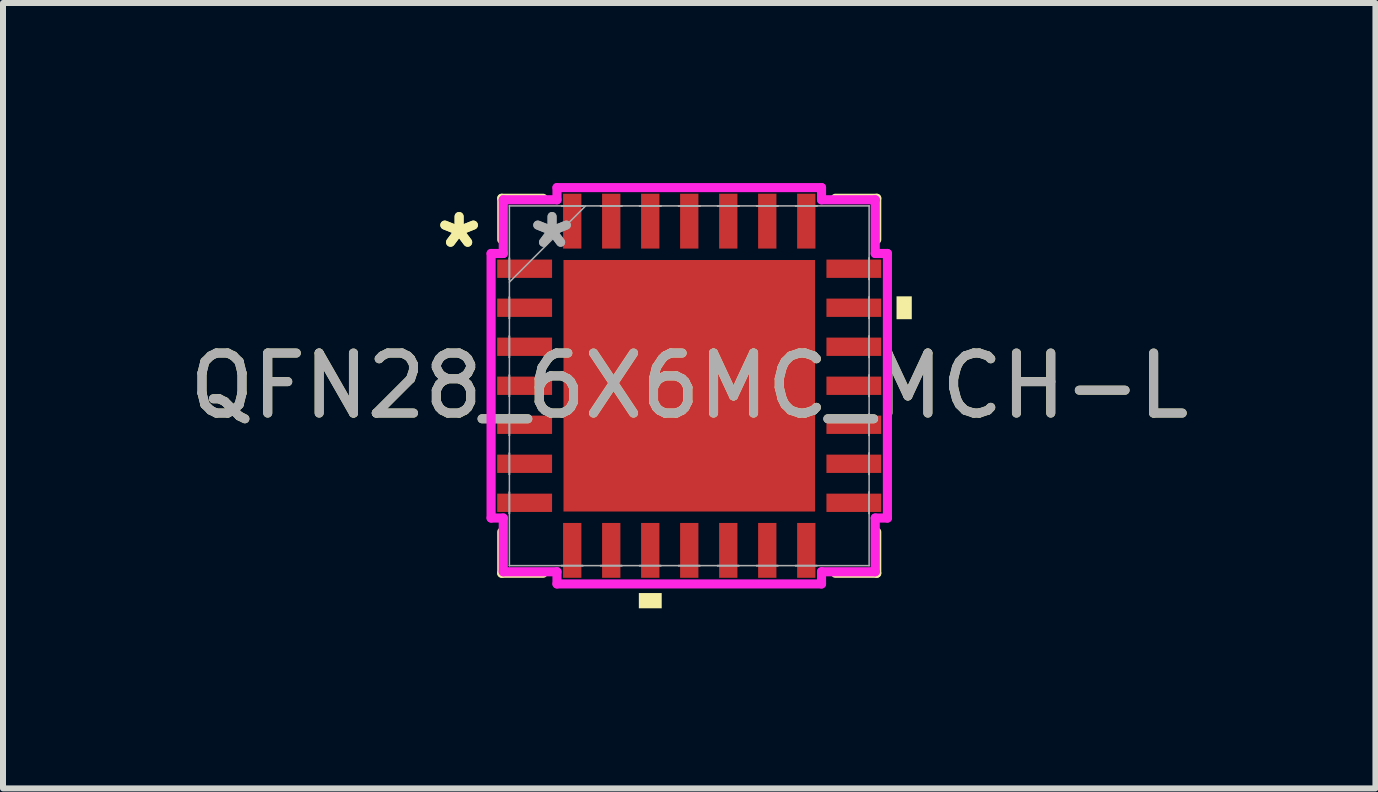
<source format=kicad_pcb>
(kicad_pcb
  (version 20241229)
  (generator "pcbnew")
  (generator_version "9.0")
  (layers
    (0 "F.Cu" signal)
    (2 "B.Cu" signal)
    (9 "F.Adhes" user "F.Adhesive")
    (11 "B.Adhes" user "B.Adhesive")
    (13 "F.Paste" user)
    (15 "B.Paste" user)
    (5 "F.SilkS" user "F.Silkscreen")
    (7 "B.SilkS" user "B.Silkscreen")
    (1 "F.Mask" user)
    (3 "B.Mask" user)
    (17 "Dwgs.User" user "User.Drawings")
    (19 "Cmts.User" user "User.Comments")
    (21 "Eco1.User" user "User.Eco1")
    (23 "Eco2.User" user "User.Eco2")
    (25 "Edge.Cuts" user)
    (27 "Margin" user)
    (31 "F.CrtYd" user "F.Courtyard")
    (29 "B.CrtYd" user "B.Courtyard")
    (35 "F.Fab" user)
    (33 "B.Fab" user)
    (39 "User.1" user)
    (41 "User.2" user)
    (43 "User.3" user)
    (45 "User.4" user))
  (footprint "QFN28_6X6MC_MCH-L"
    (layer "F.Cu")
    (at 8.435 3.378)
    (property "Reference" "QFN28_6X6MC_MCH-L" (at 0 0 0) (unlocked yes) (layer "F.SilkS") (effects (font (size 1 1) (thickness 0.15))))
    (attr smd)
    (fp_line (start -3.124 -3.124) (end -3.124 -2.435) (stroke (width 0.152) (type solid)) (layer "F.SilkS"))
    (fp_line (start -3.124 2.435) (end -3.124 3.124) (stroke (width 0.152) (type solid)) (layer "F.SilkS"))
    (fp_line (start -3.124 3.124) (end -2.435 3.124) (stroke (width 0.152) (type solid)) (layer "F.SilkS"))
    (fp_line (start -2.435 -3.124) (end -3.124 -3.124) (stroke (width 0.152) (type solid)) (layer "F.SilkS"))
    (fp_line (start 2.435 3.124) (end 3.124 3.124) (stroke (width 0.152) (type solid)) (layer "F.SilkS"))
    (fp_line (start 3.124 -3.124) (end 2.435 -3.124) (stroke (width 0.152) (type solid)) (layer "F.SilkS"))
    (fp_line (start 3.124 -2.435) (end 3.124 -3.124) (stroke (width 0.152) (type solid)) (layer "F.SilkS"))
    (fp_line (start 3.124 3.124) (end 3.124 2.435) (stroke (width 0.152) (type solid)) (layer "F.SilkS"))
    (fp_poly (pts (xy -0.84 3.454) (xy -0.84 3.708) (xy -0.459 3.708) (xy -0.459 3.454)) (stroke (width 0) (type solid)) (fill yes) (layer "F.SilkS"))
    (fp_poly (pts (xy 3.708 -1.49) (xy 3.708 -1.109) (xy 3.454 -1.109) (xy 3.454 -1.49)) (stroke (width 0) (type solid)) (fill yes) (layer "F.SilkS"))
    (fp_poly (pts (xy -1.996 -1.996) (xy -1.996 -0.798) (xy -0.798 -0.798) (xy -0.798 -1.996)) (stroke (width 0) (type solid)) (fill yes) (layer "F.Paste"))
    (fp_poly (pts (xy -1.996 -0.599) (xy -1.996 0.599) (xy -0.798 0.599) (xy -0.798 -0.599)) (stroke (width 0) (type solid)) (fill yes) (layer "F.Paste"))
    (fp_poly (pts (xy -1.996 0.798) (xy -1.996 1.996) (xy -0.798 1.996) (xy -0.798 0.798)) (stroke (width 0) (type solid)) (fill yes) (layer "F.Paste"))
    (fp_poly (pts (xy -0.599 -1.996) (xy -0.599 -0.798) (xy 0.599 -0.798) (xy 0.599 -1.996)) (stroke (width 0) (type solid)) (fill yes) (layer "F.Paste"))
    (fp_poly (pts (xy -0.599 -0.599) (xy -0.599 0.599) (xy 0.599 0.599) (xy 0.599 -0.599)) (stroke (width 0) (type solid)) (fill yes) (layer "F.Paste"))
    (fp_poly (pts (xy -0.599 0.798) (xy -0.599 1.996) (xy 0.599 1.996) (xy 0.599 0.798)) (stroke (width 0) (type solid)) (fill yes) (layer "F.Paste"))
    (fp_poly (pts (xy 0.798 -1.996) (xy 0.798 -0.798) (xy 1.996 -0.798) (xy 1.996 -1.996)) (stroke (width 0) (type solid)) (fill yes) (layer "F.Paste"))
    (fp_poly (pts (xy 0.798 -0.599) (xy 0.798 0.599) (xy 1.996 0.599) (xy 1.996 -0.599)) (stroke (width 0) (type solid)) (fill yes) (layer "F.Paste"))
    (fp_poly (pts (xy 0.798 0.798) (xy 0.798 1.996) (xy 1.996 1.996) (xy 1.996 0.798)) (stroke (width 0) (type solid)) (fill yes) (layer "F.Paste"))
    (fp_line (start -3.302 -2.204) (end -3.099 -2.204) (stroke (width 0.152) (type solid)) (layer "F.CrtYd"))
    (fp_line (start -3.302 2.204) (end -3.302 -2.204) (stroke (width 0.152) (type solid)) (layer "F.CrtYd"))
    (fp_line (start -3.099 -3.099) (end -2.204 -3.099) (stroke (width 0.152) (type solid)) (layer "F.CrtYd"))
    (fp_line (start -3.099 -2.204) (end -3.099 -3.099) (stroke (width 0.152) (type solid)) (layer "F.CrtYd"))
    (fp_line (start -3.099 2.204) (end -3.302 2.204) (stroke (width 0.152) (type solid)) (layer "F.CrtYd"))
    (fp_line (start -3.099 3.099) (end -3.099 2.204) (stroke (width 0.152) (type solid)) (layer "F.CrtYd"))
    (fp_line (start -2.204 -3.302) (end 2.204 -3.302) (stroke (width 0.152) (type solid)) (layer "F.CrtYd"))
    (fp_line (start -2.204 -3.099) (end -2.204 -3.302) (stroke (width 0.152) (type solid)) (layer "F.CrtYd"))
    (fp_line (start -2.204 3.099) (end -3.099 3.099) (stroke (width 0.152) (type solid)) (layer "F.CrtYd"))
    (fp_line (start -2.204 3.302) (end -2.204 3.099) (stroke (width 0.152) (type solid)) (layer "F.CrtYd"))
    (fp_line (start 2.204 -3.302) (end 2.204 -3.099) (stroke (width 0.152) (type solid)) (layer "F.CrtYd"))
    (fp_line (start 2.204 -3.099) (end 3.099 -3.099) (stroke (width 0.152) (type solid)) (layer "F.CrtYd"))
    (fp_line (start 2.204 3.099) (end 2.204 3.302) (stroke (width 0.152) (type solid)) (layer "F.CrtYd"))
    (fp_line (start 2.204 3.302) (end -2.204 3.302) (stroke (width 0.152) (type solid)) (layer "F.CrtYd"))
    (fp_line (start 3.099 -3.099) (end 3.099 -2.204) (stroke (width 0.152) (type solid)) (layer "F.CrtYd"))
    (fp_line (start 3.099 -2.204) (end 3.302 -2.204) (stroke (width 0.152) (type solid)) (layer "F.CrtYd"))
    (fp_line (start 3.099 2.204) (end 3.099 3.099) (stroke (width 0.152) (type solid)) (layer "F.CrtYd"))
    (fp_line (start 3.099 3.099) (end 2.204 3.099) (stroke (width 0.152) (type solid)) (layer "F.CrtYd"))
    (fp_line (start 3.302 -2.204) (end 3.302 2.204) (stroke (width 0.152) (type solid)) (layer "F.CrtYd"))
    (fp_line (start 3.302 2.204) (end 3.099 2.204) (stroke (width 0.152) (type solid)) (layer "F.CrtYd"))
    (fp_line (start -2.997 -2.997) (end -2.997 -2.997) (stroke (width 0.025) (type solid)) (layer "F.Fab"))
    (fp_line (start -2.997 -2.997) (end -2.997 2.997) (stroke (width 0.025) (type solid)) (layer "F.Fab"))
    (fp_line (start -2.997 -2.128) (end -2.997 -2.128) (stroke (width 0.025) (type solid)) (layer "F.Fab"))
    (fp_line (start -2.997 -2.128) (end -2.997 -1.772) (stroke (width 0.025) (type solid)) (layer "F.Fab"))
    (fp_line (start -2.997 -1.772) (end -2.997 -2.128) (stroke (width 0.025) (type solid)) (layer "F.Fab"))
    (fp_line (start -2.997 -1.772) (end -2.997 -1.772) (stroke (width 0.025) (type solid)) (layer "F.Fab"))
    (fp_line (start -2.997 -1.727) (end -1.727 -2.997) (stroke (width 0.025) (type solid)) (layer "F.Fab"))
    (fp_line (start -2.997 -1.478) (end -2.997 -1.478) (stroke (width 0.025) (type solid)) (layer "F.Fab"))
    (fp_line (start -2.997 -1.478) (end -2.997 -1.122) (stroke (width 0.025) (type solid)) (layer "F.Fab"))
    (fp_line (start -2.997 -1.122) (end -2.997 -1.478) (stroke (width 0.025) (type solid)) (layer "F.Fab"))
    (fp_line (start -2.997 -1.122) (end -2.997 -1.122) (stroke (width 0.025) (type solid)) (layer "F.Fab"))
    (fp_line (start -2.997 -0.828) (end -2.997 -0.828) (stroke (width 0.025) (type solid)) (layer "F.Fab"))
    (fp_line (start -2.997 -0.828) (end -2.997 -0.472) (stroke (width 0.025) (type solid)) (layer "F.Fab"))
    (fp_line (start -2.997 -0.472) (end -2.997 -0.828) (stroke (width 0.025) (type solid)) (layer "F.Fab"))
    (fp_line (start -2.997 -0.472) (end -2.997 -0.472) (stroke (width 0.025) (type solid)) (layer "F.Fab"))
    (fp_line (start -2.997 -0.178) (end -2.997 -0.178) (stroke (width 0.025) (type solid)) (layer "F.Fab"))
    (fp_line (start -2.997 -0.178) (end -2.997 0.178) (stroke (width 0.025) (type solid)) (layer "F.Fab"))
    (fp_line (start -2.997 0.178) (end -2.997 -0.178) (stroke (width 0.025) (type solid)) (layer "F.Fab"))
    (fp_line (start -2.997 0.178) (end -2.997 0.178) (stroke (width 0.025) (type solid)) (layer "F.Fab"))
    (fp_line (start -2.997 0.472) (end -2.997 0.472) (stroke (width 0.025) (type solid)) (layer "F.Fab"))
    (fp_line (start -2.997 0.472) (end -2.997 0.828) (stroke (width 0.025) (type solid)) (layer "F.Fab"))
    (fp_line (start -2.997 0.828) (end -2.997 0.472) (stroke (width 0.025) (type solid)) (layer "F.Fab"))
    (fp_line (start -2.997 0.828) (end -2.997 0.828) (stroke (width 0.025) (type solid)) (layer "F.Fab"))
    (fp_line (start -2.997 1.122) (end -2.997 1.122) (stroke (width 0.025) (type solid)) (layer "F.Fab"))
    (fp_line (start -2.997 1.122) (end -2.997 1.478) (stroke (width 0.025) (type solid)) (layer "F.Fab"))
    (fp_line (start -2.997 1.478) (end -2.997 1.122) (stroke (width 0.025) (type solid)) (layer "F.Fab"))
    (fp_line (start -2.997 1.478) (end -2.997 1.478) (stroke (width 0.025) (type solid)) (layer "F.Fab"))
    (fp_line (start -2.997 1.772) (end -2.997 1.772) (stroke (width 0.025) (type solid)) (layer "F.Fab"))
    (fp_line (start -2.997 1.772) (end -2.997 2.128) (stroke (width 0.025) (type solid)) (layer "F.Fab"))
    (fp_line (start -2.997 2.128) (end -2.997 1.772) (stroke (width 0.025) (type solid)) (layer "F.Fab"))
    (fp_line (start -2.997 2.128) (end -2.997 2.128) (stroke (width 0.025) (type solid)) (layer "F.Fab"))
    (fp_line (start -2.997 2.997) (end -2.997 2.997) (stroke (width 0.025) (type solid)) (layer "F.Fab"))
    (fp_line (start -2.997 2.997) (end 2.997 2.997) (stroke (width 0.025) (type solid)) (layer "F.Fab"))
    (fp_line (start -2.128 -2.997) (end -2.128 -2.997) (stroke (width 0.025) (type solid)) (layer "F.Fab"))
    (fp_line (start -2.128 -2.997) (end -1.772 -2.997) (stroke (width 0.025) (type solid)) (layer "F.Fab"))
    (fp_line (start -2.128 2.997) (end -2.128 2.997) (stroke (width 0.025) (type solid)) (layer "F.Fab"))
    (fp_line (start -2.128 2.997) (end -1.772 2.997) (stroke (width 0.025) (type solid)) (layer "F.Fab"))
    (fp_line (start -1.772 -2.997) (end -2.128 -2.997) (stroke (width 0.025) (type solid)) (layer "F.Fab"))
    (fp_line (start -1.772 -2.997) (end -1.772 -2.997) (stroke (width 0.025) (type solid)) (layer "F.Fab"))
    (fp_line (start -1.772 2.997) (end -2.128 2.997) (stroke (width 0.025) (type solid)) (layer "F.Fab"))
    (fp_line (start -1.772 2.997) (end -1.772 2.997) (stroke (width 0.025) (type solid)) (layer "F.Fab"))
    (fp_line (start -1.478 -2.997) (end -1.478 -2.997) (stroke (width 0.025) (type solid)) (layer "F.Fab"))
    (fp_line (start -1.478 -2.997) (end -1.122 -2.997) (stroke (width 0.025) (type solid)) (layer "F.Fab"))
    (fp_line (start -1.478 2.997) (end -1.478 2.997) (stroke (width 0.025) (type solid)) (layer "F.Fab"))
    (fp_line (start -1.478 2.997) (end -1.122 2.997) (stroke (width 0.025) (type solid)) (layer "F.Fab"))
    (fp_line (start -1.122 -2.997) (end -1.478 -2.997) (stroke (width 0.025) (type solid)) (layer "F.Fab"))
    (fp_line (start -1.122 -2.997) (end -1.122 -2.997) (stroke (width 0.025) (type solid)) (layer "F.Fab"))
    (fp_line (start -1.122 2.997) (end -1.478 2.997) (stroke (width 0.025) (type solid)) (layer "F.Fab"))
    (fp_line (start -1.122 2.997) (end -1.122 2.997) (stroke (width 0.025) (type solid)) (layer "F.Fab"))
    (fp_line (start -0.828 -2.997) (end -0.828 -2.997) (stroke (width 0.025) (type solid)) (layer "F.Fab"))
    (fp_line (start -0.828 -2.997) (end -0.472 -2.997) (stroke (width 0.025) (type solid)) (layer "F.Fab"))
    (fp_line (start -0.828 2.997) (end -0.828 2.997) (stroke (width 0.025) (type solid)) (layer "F.Fab"))
    (fp_line (start -0.828 2.997) (end -0.472 2.997) (stroke (width 0.025) (type solid)) (layer "F.Fab"))
    (fp_line (start -0.472 -2.997) (end -0.828 -2.997) (stroke (width 0.025) (type solid)) (layer "F.Fab"))
    (fp_line (start -0.472 -2.997) (end -0.472 -2.997) (stroke (width 0.025) (type solid)) (layer "F.Fab"))
    (fp_line (start -0.472 2.997) (end -0.828 2.997) (stroke (width 0.025) (type solid)) (layer "F.Fab"))
    (fp_line (start -0.472 2.997) (end -0.472 2.997) (stroke (width 0.025) (type solid)) (layer "F.Fab"))
    (fp_line (start -0.178 -2.997) (end -0.178 -2.997) (stroke (width 0.025) (type solid)) (layer "F.Fab"))
    (fp_line (start -0.178 -2.997) (end 0.178 -2.997) (stroke (width 0.025) (type solid)) (layer "F.Fab"))
    (fp_line (start -0.178 2.997) (end -0.178 2.997) (stroke (width 0.025) (type solid)) (layer "F.Fab"))
    (fp_line (start -0.178 2.997) (end 0.178 2.997) (stroke (width 0.025) (type solid)) (layer "F.Fab"))
    (fp_line (start 0.178 -2.997) (end -0.178 -2.997) (stroke (width 0.025) (type solid)) (layer "F.Fab"))
    (fp_line (start 0.178 -2.997) (end 0.178 -2.997) (stroke (width 0.025) (type solid)) (layer "F.Fab"))
    (fp_line (start 0.178 2.997) (end -0.178 2.997) (stroke (width 0.025) (type solid)) (layer "F.Fab"))
    (fp_line (start 0.178 2.997) (end 0.178 2.997) (stroke (width 0.025) (type solid)) (layer "F.Fab"))
    (fp_line (start 0.472 -2.997) (end 0.472 -2.997) (stroke (width 0.025) (type solid)) (layer "F.Fab"))
    (fp_line (start 0.472 -2.997) (end 0.828 -2.997) (stroke (width 0.025) (type solid)) (layer "F.Fab"))
    (fp_line (start 0.472 2.997) (end 0.472 2.997) (stroke (width 0.025) (type solid)) (layer "F.Fab"))
    (fp_line (start 0.472 2.997) (end 0.828 2.997) (stroke (width 0.025) (type solid)) (layer "F.Fab"))
    (fp_line (start 0.828 -2.997) (end 0.472 -2.997) (stroke (width 0.025) (type solid)) (layer "F.Fab"))
    (fp_line (start 0.828 -2.997) (end 0.828 -2.997) (stroke (width 0.025) (type solid)) (layer "F.Fab"))
    (fp_line (start 0.828 2.997) (end 0.472 2.997) (stroke (width 0.025) (type solid)) (layer "F.Fab"))
    (fp_line (start 0.828 2.997) (end 0.828 2.997) (stroke (width 0.025) (type solid)) (layer "F.Fab"))
    (fp_line (start 1.122 -2.997) (end 1.122 -2.997) (stroke (width 0.025) (type solid)) (layer "F.Fab"))
    (fp_line (start 1.122 -2.997) (end 1.478 -2.997) (stroke (width 0.025) (type solid)) (layer "F.Fab"))
    (fp_line (start 1.122 2.997) (end 1.122 2.997) (stroke (width 0.025) (type solid)) (layer "F.Fab"))
    (fp_line (start 1.122 2.997) (end 1.478 2.997) (stroke (width 0.025) (type solid)) (layer "F.Fab"))
    (fp_line (start 1.478 -2.997) (end 1.122 -2.997) (stroke (width 0.025) (type solid)) (layer "F.Fab"))
    (fp_line (start 1.478 -2.997) (end 1.478 -2.997) (stroke (width 0.025) (type solid)) (layer "F.Fab"))
    (fp_line (start 1.478 2.997) (end 1.122 2.997) (stroke (width 0.025) (type solid)) (layer "F.Fab"))
    (fp_line (start 1.478 2.997) (end 1.478 2.997) (stroke (width 0.025) (type solid)) (layer "F.Fab"))
    (fp_line (start 1.772 -2.997) (end 1.772 -2.997) (stroke (width 0.025) (type solid)) (layer "F.Fab"))
    (fp_line (start 1.772 -2.997) (end 2.128 -2.997) (stroke (width 0.025) (type solid)) (layer "F.Fab"))
    (fp_line (start 1.772 2.997) (end 1.772 2.997) (stroke (width 0.025) (type solid)) (layer "F.Fab"))
    (fp_line (start 1.772 2.997) (end 2.128 2.997) (stroke (width 0.025) (type solid)) (layer "F.Fab"))
    (fp_line (start 2.128 -2.997) (end 1.772 -2.997) (stroke (width 0.025) (type solid)) (layer "F.Fab"))
    (fp_line (start 2.128 -2.997) (end 2.128 -2.997) (stroke (width 0.025) (type solid)) (layer "F.Fab"))
    (fp_line (start 2.128 2.997) (end 1.772 2.997) (stroke (width 0.025) (type solid)) (layer "F.Fab"))
    (fp_line (start 2.128 2.997) (end 2.128 2.997) (stroke (width 0.025) (type solid)) (layer "F.Fab"))
    (fp_line (start 2.997 -2.997) (end -2.997 -2.997) (stroke (width 0.025) (type solid)) (layer "F.Fab"))
    (fp_line (start 2.997 -2.997) (end 2.997 -2.997) (stroke (width 0.025) (type solid)) (layer "F.Fab"))
    (fp_line (start 2.997 -2.128) (end 2.997 -2.128) (stroke (width 0.025) (type solid)) (layer "F.Fab"))
    (fp_line (start 2.997 -2.128) (end 2.997 -1.772) (stroke (width 0.025) (type solid)) (layer "F.Fab"))
    (fp_line (start 2.997 -1.772) (end 2.997 -2.128) (stroke (width 0.025) (type solid)) (layer "F.Fab"))
    (fp_line (start 2.997 -1.772) (end 2.997 -1.772) (stroke (width 0.025) (type solid)) (layer "F.Fab"))
    (fp_line (start 2.997 -1.478) (end 2.997 -1.478) (stroke (width 0.025) (type solid)) (layer "F.Fab"))
    (fp_line (start 2.997 -1.478) (end 2.997 -1.122) (stroke (width 0.025) (type solid)) (layer "F.Fab"))
    (fp_line (start 2.997 -1.122) (end 2.997 -1.478) (stroke (width 0.025) (type solid)) (layer "F.Fab"))
    (fp_line (start 2.997 -1.122) (end 2.997 -1.122) (stroke (width 0.025) (type solid)) (layer "F.Fab"))
    (fp_line (start 2.997 -0.828) (end 2.997 -0.828) (stroke (width 0.025) (type solid)) (layer "F.Fab"))
    (fp_line (start 2.997 -0.828) (end 2.997 -0.472) (stroke (width 0.025) (type solid)) (layer "F.Fab"))
    (fp_line (start 2.997 -0.472) (end 2.997 -0.828) (stroke (width 0.025) (type solid)) (layer "F.Fab"))
    (fp_line (start 2.997 -0.472) (end 2.997 -0.472) (stroke (width 0.025) (type solid)) (layer "F.Fab"))
    (fp_line (start 2.997 -0.178) (end 2.997 -0.178) (stroke (width 0.025) (type solid)) (layer "F.Fab"))
    (fp_line (start 2.997 -0.178) (end 2.997 0.178) (stroke (width 0.025) (type solid)) (layer "F.Fab"))
    (fp_line (start 2.997 0.178) (end 2.997 -0.178) (stroke (width 0.025) (type solid)) (layer "F.Fab"))
    (fp_line (start 2.997 0.178) (end 2.997 0.178) (stroke (width 0.025) (type solid)) (layer "F.Fab"))
    (fp_line (start 2.997 0.472) (end 2.997 0.472) (stroke (width 0.025) (type solid)) (layer "F.Fab"))
    (fp_line (start 2.997 0.472) (end 2.997 0.828) (stroke (width 0.025) (type solid)) (layer "F.Fab"))
    (fp_line (start 2.997 0.828) (end 2.997 0.472) (stroke (width 0.025) (type solid)) (layer "F.Fab"))
    (fp_line (start 2.997 0.828) (end 2.997 0.828) (stroke (width 0.025) (type solid)) (layer "F.Fab"))
    (fp_line (start 2.997 1.122) (end 2.997 1.122) (stroke (width 0.025) (type solid)) (layer "F.Fab"))
    (fp_line (start 2.997 1.122) (end 2.997 1.478) (stroke (width 0.025) (type solid)) (layer "F.Fab"))
    (fp_line (start 2.997 1.478) (end 2.997 1.122) (stroke (width 0.025) (type solid)) (layer "F.Fab"))
    (fp_line (start 2.997 1.478) (end 2.997 1.478) (stroke (width 0.025) (type solid)) (layer "F.Fab"))
    (fp_line (start 2.997 1.772) (end 2.997 1.772) (stroke (width 0.025) (type solid)) (layer "F.Fab"))
    (fp_line (start 2.997 1.772) (end 2.997 2.128) (stroke (width 0.025) (type solid)) (layer "F.Fab"))
    (fp_line (start 2.997 2.128) (end 2.997 1.772) (stroke (width 0.025) (type solid)) (layer "F.Fab"))
    (fp_line (start 2.997 2.128) (end 2.997 2.128) (stroke (width 0.025) (type solid)) (layer "F.Fab"))
    (fp_line (start 2.997 2.997) (end 2.997 -2.997) (stroke (width 0.025) (type solid)) (layer "F.Fab"))
    (fp_line (start 2.997 2.997) (end 2.997 2.997) (stroke (width 0.025) (type solid)) (layer "F.Fab"))
    (fp_text user "*" (at -3.835 -2.275 0) (layer "F.SilkS") (effects (font (size 1 1) (thickness 0.15))))
    (fp_text user "*" (at -3.835 -2.275 0) (unlocked yes) (layer "F.SilkS") (effects (font (size 1 1) (thickness 0.15))))
    (fp_text user "*" (at -2.286 -2.275 0) (layer "F.Fab") (effects (font (size 1 1) (thickness 0.15))))
    (fp_text user "${REFERENCE}" (at 0 0 0) (unlocked yes) (layer "F.Fab") (effects (font (size 1 1) (thickness 0.15))))
    (fp_text user "*" (at -2.286 -2.275 0) (unlocked yes) (layer "F.Fab") (effects (font (size 1 1) (thickness 0.15))))
    (pad "1" smd rect (at -2.743 -1.95 90) (size 0.305 0.914) (layers "F.Cu" "F.Mask" "F.Paste"))
    (pad "2" smd rect (at -2.743 -1.3 90) (size 0.305 0.914) (layers "F.Cu" "F.Mask" "F.Paste"))
    (pad "3" smd rect (at -2.743 -0.65 90) (size 0.305 0.914) (layers "F.Cu" "F.Mask" "F.Paste"))
    (pad "4" smd rect (at -2.743 0 90) (size 0.305 0.914) (layers "F.Cu" "F.Mask" "F.Paste"))
    (pad "5" smd rect (at -2.743 0.65 90) (size 0.305 0.914) (layers "F.Cu" "F.Mask" "F.Paste"))
    (pad "6" smd rect (at -2.743 1.3 90) (size 0.305 0.914) (layers "F.Cu" "F.Mask" "F.Paste"))
    (pad "7" smd rect (at -2.743 1.95 90) (size 0.305 0.914) (layers "F.Cu" "F.Mask" "F.Paste"))
    (pad "8" smd rect (at -1.95 2.743) (size 0.305 0.914) (layers "F.Cu" "F.Mask" "F.Paste"))
    (pad "9" smd rect (at -1.3 2.743) (size 0.305 0.914) (layers "F.Cu" "F.Mask" "F.Paste"))
    (pad "10" smd rect (at -0.65 2.743) (size 0.305 0.914) (layers "F.Cu" "F.Mask" "F.Paste"))
    (pad "11" smd rect (at 0 2.743) (size 0.305 0.914) (layers "F.Cu" "F.Mask" "F.Paste"))
    (pad "12" smd rect (at 0.65 2.743) (size 0.305 0.914) (layers "F.Cu" "F.Mask" "F.Paste"))
    (pad "13" smd rect (at 1.3 2.743) (size 0.305 0.914) (layers "F.Cu" "F.Mask" "F.Paste"))
    (pad "14" smd rect (at 1.95 2.743) (size 0.305 0.914) (layers "F.Cu" "F.Mask" "F.Paste"))
    (pad "15" smd rect (at 2.743 1.95 90) (size 0.305 0.914) (layers "F.Cu" "F.Mask" "F.Paste"))
    (pad "16" smd rect (at 2.743 1.3 90) (size 0.305 0.914) (layers "F.Cu" "F.Mask" "F.Paste"))
    (pad "17" smd rect (at 2.743 0.65 90) (size 0.305 0.914) (layers "F.Cu" "F.Mask" "F.Paste"))
    (pad "18" smd rect (at 2.743 0 90) (size 0.305 0.914) (layers "F.Cu" "F.Mask" "F.Paste"))
    (pad "19" smd rect (at 2.743 -0.65 90) (size 0.305 0.914) (layers "F.Cu" "F.Mask" "F.Paste"))
    (pad "20" smd rect (at 2.743 -1.3 90) (size 0.305 0.914) (layers "F.Cu" "F.Mask" "F.Paste"))
    (pad "21" smd rect (at 2.743 -1.95 90) (size 0.305 0.914) (layers "F.Cu" "F.Mask" "F.Paste"))
    (pad "22" smd rect (at 1.95 -2.743) (size 0.305 0.914) (layers "F.Cu" "F.Mask" "F.Paste"))
    (pad "23" smd rect (at 1.3 -2.743) (size 0.305 0.914) (layers "F.Cu" "F.Mask" "F.Paste"))
    (pad "24" smd rect (at 0.65 -2.743) (size 0.305 0.914) (layers "F.Cu" "F.Mask" "F.Paste"))
    (pad "25" smd rect (at 0 -2.743) (size 0.305 0.914) (layers "F.Cu" "F.Mask" "F.Paste"))
    (pad "26" smd rect (at -0.65 -2.743) (size 0.305 0.914) (layers "F.Cu" "F.Mask" "F.Paste"))
    (pad "27" smd rect (at -1.3 -2.743) (size 0.305 0.914) (layers "F.Cu" "F.Mask" "F.Paste"))
    (pad "28" smd rect (at -1.95 -2.743) (size 0.305 0.914) (layers "F.Cu" "F.Mask" "F.Paste"))
    (pad "29" smd rect (at 0 0) (size 4.191 4.191) (layers "F.Cu" "F.Mask" "F.Paste")))
  (gr_rect
    (start -3 -3)
    (end 19.869 10.087)
    (stroke (width 0.1) (type default))
    (fill no)
    (layer "Edge.Cuts")))
</source>
